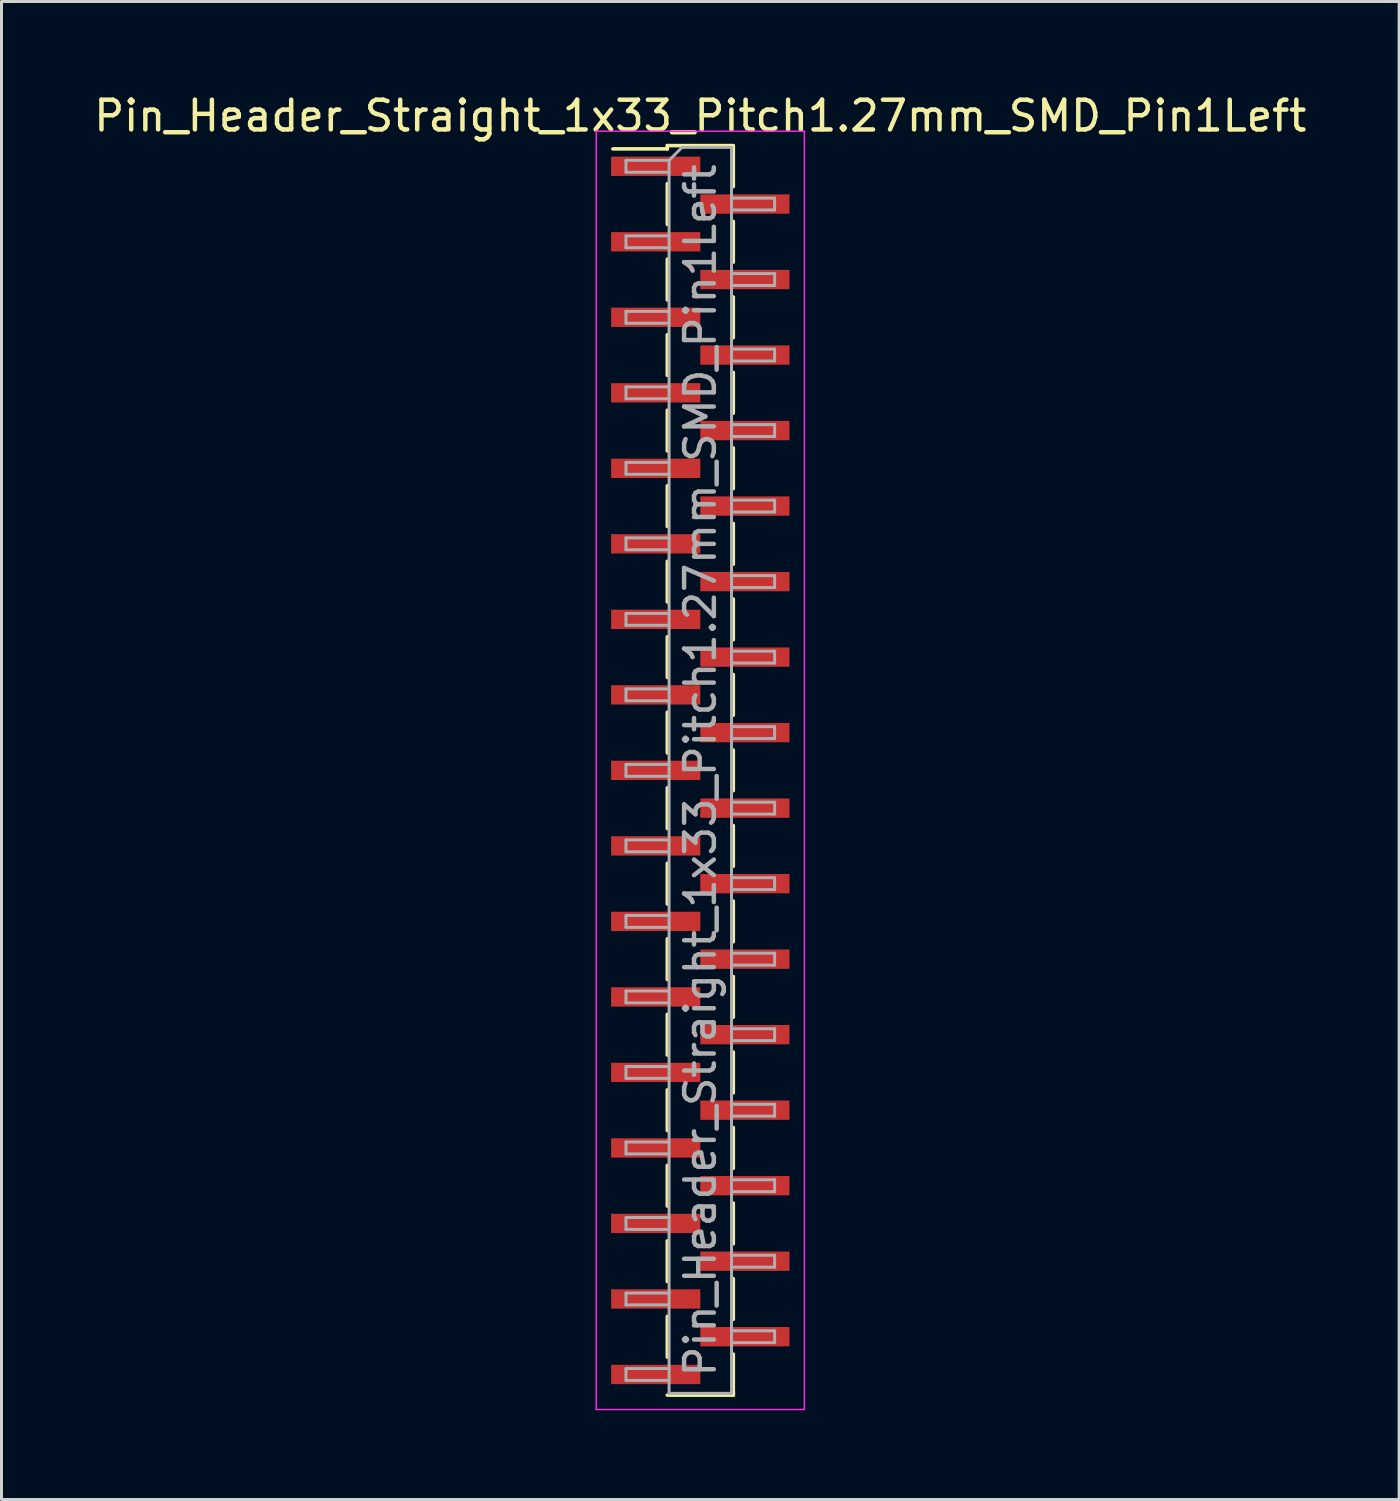
<source format=kicad_pcb>
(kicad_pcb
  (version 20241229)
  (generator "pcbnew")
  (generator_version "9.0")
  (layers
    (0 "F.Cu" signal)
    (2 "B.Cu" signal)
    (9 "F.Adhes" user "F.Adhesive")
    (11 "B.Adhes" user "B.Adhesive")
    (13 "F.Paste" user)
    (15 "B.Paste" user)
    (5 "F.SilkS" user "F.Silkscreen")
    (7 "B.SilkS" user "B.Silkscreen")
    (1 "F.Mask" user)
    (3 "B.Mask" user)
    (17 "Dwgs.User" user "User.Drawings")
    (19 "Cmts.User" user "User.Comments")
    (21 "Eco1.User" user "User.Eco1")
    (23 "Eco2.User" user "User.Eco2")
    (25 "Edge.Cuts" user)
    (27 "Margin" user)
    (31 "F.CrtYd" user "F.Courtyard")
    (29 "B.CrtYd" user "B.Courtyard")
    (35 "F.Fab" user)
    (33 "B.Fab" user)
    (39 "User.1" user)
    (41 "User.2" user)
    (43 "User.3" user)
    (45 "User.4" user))
  (footprint "Pin_Header_Straight_1x33_Pitch1.27mm_SMD_Pin1Left"
    (layer "F.Cu")
    (at 20.506 22.863)
    (property "Reference" "Pin_Header_Straight_1x33_Pitch1.27mm_SMD_Pin1Left" (at 0 -22.015 0) (layer "F.SilkS") (effects (font (size 1 1) (thickness 0.15))))
    (attr smd)
    (fp_line (start -1.11 -21.015) (end -1.11 -20.905) (stroke (width 0.12) (type solid)) (layer "F.SilkS"))
    (fp_line (start -1.11 -21.015) (end 1.11 -21.015) (stroke (width 0.12) (type solid)) (layer "F.SilkS"))
    (fp_line (start -1.11 -20.905) (end -2.94 -20.905) (stroke (width 0.12) (type solid)) (layer "F.SilkS"))
    (fp_line (start -1.11 -19.735) (end -1.11 -18.365) (stroke (width 0.12) (type solid)) (layer "F.SilkS"))
    (fp_line (start -1.11 -17.195) (end -1.11 -15.825) (stroke (width 0.12) (type solid)) (layer "F.SilkS"))
    (fp_line (start -1.11 -14.655) (end -1.11 -13.285) (stroke (width 0.12) (type solid)) (layer "F.SilkS"))
    (fp_line (start -1.11 -12.115) (end -1.11 -10.745) (stroke (width 0.12) (type solid)) (layer "F.SilkS"))
    (fp_line (start -1.11 -9.575) (end -1.11 -8.205) (stroke (width 0.12) (type solid)) (layer "F.SilkS"))
    (fp_line (start -1.11 -7.035) (end -1.11 -5.665) (stroke (width 0.12) (type solid)) (layer "F.SilkS"))
    (fp_line (start -1.11 -4.495) (end -1.11 -3.125) (stroke (width 0.12) (type solid)) (layer "F.SilkS"))
    (fp_line (start -1.11 -1.955) (end -1.11 -0.585) (stroke (width 0.12) (type solid)) (layer "F.SilkS"))
    (fp_line (start -1.11 0.585) (end -1.11 1.955) (stroke (width 0.12) (type solid)) (layer "F.SilkS"))
    (fp_line (start -1.11 3.125) (end -1.11 4.495) (stroke (width 0.12) (type solid)) (layer "F.SilkS"))
    (fp_line (start -1.11 5.665) (end -1.11 7.035) (stroke (width 0.12) (type solid)) (layer "F.SilkS"))
    (fp_line (start -1.11 8.205) (end -1.11 9.575) (stroke (width 0.12) (type solid)) (layer "F.SilkS"))
    (fp_line (start -1.11 10.745) (end -1.11 12.115) (stroke (width 0.12) (type solid)) (layer "F.SilkS"))
    (fp_line (start -1.11 13.285) (end -1.11 14.655) (stroke (width 0.12) (type solid)) (layer "F.SilkS"))
    (fp_line (start -1.11 15.825) (end -1.11 17.195) (stroke (width 0.12) (type solid)) (layer "F.SilkS"))
    (fp_line (start -1.11 18.365) (end -1.11 19.735) (stroke (width 0.12) (type solid)) (layer "F.SilkS"))
    (fp_line (start -1.11 21.015) (end 1.11 21.015) (stroke (width 0.12) (type solid)) (layer "F.SilkS"))
    (fp_line (start 1.11 -21.005) (end 1.11 -19.635) (stroke (width 0.12) (type solid)) (layer "F.SilkS"))
    (fp_line (start 1.11 -18.465) (end 1.11 -17.095) (stroke (width 0.12) (type solid)) (layer "F.SilkS"))
    (fp_line (start 1.11 -15.925) (end 1.11 -14.555) (stroke (width 0.12) (type solid)) (layer "F.SilkS"))
    (fp_line (start 1.11 -13.385) (end 1.11 -12.015) (stroke (width 0.12) (type solid)) (layer "F.SilkS"))
    (fp_line (start 1.11 -10.845) (end 1.11 -9.475) (stroke (width 0.12) (type solid)) (layer "F.SilkS"))
    (fp_line (start 1.11 -8.305) (end 1.11 -6.935) (stroke (width 0.12) (type solid)) (layer "F.SilkS"))
    (fp_line (start 1.11 -5.765) (end 1.11 -4.395) (stroke (width 0.12) (type solid)) (layer "F.SilkS"))
    (fp_line (start 1.11 -3.225) (end 1.11 -1.855) (stroke (width 0.12) (type solid)) (layer "F.SilkS"))
    (fp_line (start 1.11 -0.685) (end 1.11 0.685) (stroke (width 0.12) (type solid)) (layer "F.SilkS"))
    (fp_line (start 1.11 1.855) (end 1.11 3.225) (stroke (width 0.12) (type solid)) (layer "F.SilkS"))
    (fp_line (start 1.11 4.395) (end 1.11 5.765) (stroke (width 0.12) (type solid)) (layer "F.SilkS"))
    (fp_line (start 1.11 6.935) (end 1.11 8.305) (stroke (width 0.12) (type solid)) (layer "F.SilkS"))
    (fp_line (start 1.11 9.475) (end 1.11 10.845) (stroke (width 0.12) (type solid)) (layer "F.SilkS"))
    (fp_line (start 1.11 12.015) (end 1.11 13.385) (stroke (width 0.12) (type solid)) (layer "F.SilkS"))
    (fp_line (start 1.11 14.555) (end 1.11 15.925) (stroke (width 0.12) (type solid)) (layer "F.SilkS"))
    (fp_line (start 1.11 17.095) (end 1.11 18.465) (stroke (width 0.12) (type solid)) (layer "F.SilkS"))
    (fp_line (start 1.11 19.635) (end 1.11 21.005) (stroke (width 0.12) (type solid)) (layer "F.SilkS"))
    (fp_line (start 1.11 20.905) (end 1.11 21.015) (stroke (width 0.12) (type solid)) (layer "F.SilkS"))
    (fp_line (start -3.5 -21.5) (end -3.5 21.5) (stroke (width 0.05) (type solid)) (layer "F.CrtYd"))
    (fp_line (start -3.5 21.5) (end 3.5 21.5) (stroke (width 0.05) (type solid)) (layer "F.CrtYd"))
    (fp_line (start 3.5 -21.5) (end -3.5 -21.5) (stroke (width 0.05) (type solid)) (layer "F.CrtYd"))
    (fp_line (start 3.5 21.5) (end 3.5 -21.5) (stroke (width 0.05) (type solid)) (layer "F.CrtYd"))
    (fp_line (start -2.5 -20.52) (end -2.5 -20.12) (stroke (width 0.1) (type solid)) (layer "F.Fab"))
    (fp_line (start -2.5 -20.12) (end -1.05 -20.12) (stroke (width 0.1) (type solid)) (layer "F.Fab"))
    (fp_line (start -2.5 -17.98) (end -2.5 -17.58) (stroke (width 0.1) (type solid)) (layer "F.Fab"))
    (fp_line (start -2.5 -17.58) (end -1.05 -17.58) (stroke (width 0.1) (type solid)) (layer "F.Fab"))
    (fp_line (start -2.5 -15.44) (end -2.5 -15.04) (stroke (width 0.1) (type solid)) (layer "F.Fab"))
    (fp_line (start -2.5 -15.04) (end -1.05 -15.04) (stroke (width 0.1) (type solid)) (layer "F.Fab"))
    (fp_line (start -2.5 -12.9) (end -2.5 -12.5) (stroke (width 0.1) (type solid)) (layer "F.Fab"))
    (fp_line (start -2.5 -12.5) (end -1.05 -12.5) (stroke (width 0.1) (type solid)) (layer "F.Fab"))
    (fp_line (start -2.5 -10.36) (end -2.5 -9.96) (stroke (width 0.1) (type solid)) (layer "F.Fab"))
    (fp_line (start -2.5 -9.96) (end -1.05 -9.96) (stroke (width 0.1) (type solid)) (layer "F.Fab"))
    (fp_line (start -2.5 -7.82) (end -2.5 -7.42) (stroke (width 0.1) (type solid)) (layer "F.Fab"))
    (fp_line (start -2.5 -7.42) (end -1.05 -7.42) (stroke (width 0.1) (type solid)) (layer "F.Fab"))
    (fp_line (start -2.5 -5.28) (end -2.5 -4.88) (stroke (width 0.1) (type solid)) (layer "F.Fab"))
    (fp_line (start -2.5 -4.88) (end -1.05 -4.88) (stroke (width 0.1) (type solid)) (layer "F.Fab"))
    (fp_line (start -2.5 -2.74) (end -2.5 -2.34) (stroke (width 0.1) (type solid)) (layer "F.Fab"))
    (fp_line (start -2.5 -2.34) (end -1.05 -2.34) (stroke (width 0.1) (type solid)) (layer "F.Fab"))
    (fp_line (start -2.5 -0.2) (end -2.5 0.2) (stroke (width 0.1) (type solid)) (layer "F.Fab"))
    (fp_line (start -2.5 0.2) (end -1.05 0.2) (stroke (width 0.1) (type solid)) (layer "F.Fab"))
    (fp_line (start -2.5 2.34) (end -2.5 2.74) (stroke (width 0.1) (type solid)) (layer "F.Fab"))
    (fp_line (start -2.5 2.74) (end -1.05 2.74) (stroke (width 0.1) (type solid)) (layer "F.Fab"))
    (fp_line (start -2.5 4.88) (end -2.5 5.28) (stroke (width 0.1) (type solid)) (layer "F.Fab"))
    (fp_line (start -2.5 5.28) (end -1.05 5.28) (stroke (width 0.1) (type solid)) (layer "F.Fab"))
    (fp_line (start -2.5 7.42) (end -2.5 7.82) (stroke (width 0.1) (type solid)) (layer "F.Fab"))
    (fp_line (start -2.5 7.82) (end -1.05 7.82) (stroke (width 0.1) (type solid)) (layer "F.Fab"))
    (fp_line (start -2.5 9.96) (end -2.5 10.36) (stroke (width 0.1) (type solid)) (layer "F.Fab"))
    (fp_line (start -2.5 10.36) (end -1.05 10.36) (stroke (width 0.1) (type solid)) (layer "F.Fab"))
    (fp_line (start -2.5 12.5) (end -2.5 12.9) (stroke (width 0.1) (type solid)) (layer "F.Fab"))
    (fp_line (start -2.5 12.9) (end -1.05 12.9) (stroke (width 0.1) (type solid)) (layer "F.Fab"))
    (fp_line (start -2.5 15.04) (end -2.5 15.44) (stroke (width 0.1) (type solid)) (layer "F.Fab"))
    (fp_line (start -2.5 15.44) (end -1.05 15.44) (stroke (width 0.1) (type solid)) (layer "F.Fab"))
    (fp_line (start -2.5 17.58) (end -2.5 17.98) (stroke (width 0.1) (type solid)) (layer "F.Fab"))
    (fp_line (start -2.5 17.98) (end -1.05 17.98) (stroke (width 0.1) (type solid)) (layer "F.Fab"))
    (fp_line (start -2.5 20.12) (end -2.5 20.52) (stroke (width 0.1) (type solid)) (layer "F.Fab"))
    (fp_line (start -2.5 20.52) (end -1.05 20.52) (stroke (width 0.1) (type solid)) (layer "F.Fab"))
    (fp_line (start -1.05 -20.52) (end -2.5 -20.52) (stroke (width 0.1) (type solid)) (layer "F.Fab"))
    (fp_line (start -1.05 -20.52) (end -0.615 -20.955) (stroke (width 0.1) (type solid)) (layer "F.Fab"))
    (fp_line (start -1.05 -17.98) (end -2.5 -17.98) (stroke (width 0.1) (type solid)) (layer "F.Fab"))
    (fp_line (start -1.05 -15.44) (end -2.5 -15.44) (stroke (width 0.1) (type solid)) (layer "F.Fab"))
    (fp_line (start -1.05 -12.9) (end -2.5 -12.9) (stroke (width 0.1) (type solid)) (layer "F.Fab"))
    (fp_line (start -1.05 -10.36) (end -2.5 -10.36) (stroke (width 0.1) (type solid)) (layer "F.Fab"))
    (fp_line (start -1.05 -7.82) (end -2.5 -7.82) (stroke (width 0.1) (type solid)) (layer "F.Fab"))
    (fp_line (start -1.05 -5.28) (end -2.5 -5.28) (stroke (width 0.1) (type solid)) (layer "F.Fab"))
    (fp_line (start -1.05 -2.74) (end -2.5 -2.74) (stroke (width 0.1) (type solid)) (layer "F.Fab"))
    (fp_line (start -1.05 -0.2) (end -2.5 -0.2) (stroke (width 0.1) (type solid)) (layer "F.Fab"))
    (fp_line (start -1.05 2.34) (end -2.5 2.34) (stroke (width 0.1) (type solid)) (layer "F.Fab"))
    (fp_line (start -1.05 4.88) (end -2.5 4.88) (stroke (width 0.1) (type solid)) (layer "F.Fab"))
    (fp_line (start -1.05 7.42) (end -2.5 7.42) (stroke (width 0.1) (type solid)) (layer "F.Fab"))
    (fp_line (start -1.05 9.96) (end -2.5 9.96) (stroke (width 0.1) (type solid)) (layer "F.Fab"))
    (fp_line (start -1.05 12.5) (end -2.5 12.5) (stroke (width 0.1) (type solid)) (layer "F.Fab"))
    (fp_line (start -1.05 15.04) (end -2.5 15.04) (stroke (width 0.1) (type solid)) (layer "F.Fab"))
    (fp_line (start -1.05 17.58) (end -2.5 17.58) (stroke (width 0.1) (type solid)) (layer "F.Fab"))
    (fp_line (start -1.05 20.12) (end -2.5 20.12) (stroke (width 0.1) (type solid)) (layer "F.Fab"))
    (fp_line (start -1.05 20.955) (end -1.05 -20.52) (stroke (width 0.1) (type solid)) (layer "F.Fab"))
    (fp_line (start -0.615 -20.955) (end 1.05 -20.955) (stroke (width 0.1) (type solid)) (layer "F.Fab"))
    (fp_line (start 1.05 -20.955) (end 1.05 20.955) (stroke (width 0.1) (type solid)) (layer "F.Fab"))
    (fp_line (start 1.05 -19.25) (end 2.5 -19.25) (stroke (width 0.1) (type solid)) (layer "F.Fab"))
    (fp_line (start 1.05 -16.71) (end 2.5 -16.71) (stroke (width 0.1) (type solid)) (layer "F.Fab"))
    (fp_line (start 1.05 -14.17) (end 2.5 -14.17) (stroke (width 0.1) (type solid)) (layer "F.Fab"))
    (fp_line (start 1.05 -11.63) (end 2.5 -11.63) (stroke (width 0.1) (type solid)) (layer "F.Fab"))
    (fp_line (start 1.05 -9.09) (end 2.5 -9.09) (stroke (width 0.1) (type solid)) (layer "F.Fab"))
    (fp_line (start 1.05 -6.55) (end 2.5 -6.55) (stroke (width 0.1) (type solid)) (layer "F.Fab"))
    (fp_line (start 1.05 -4.01) (end 2.5 -4.01) (stroke (width 0.1) (type solid)) (layer "F.Fab"))
    (fp_line (start 1.05 -1.47) (end 2.5 -1.47) (stroke (width 0.1) (type solid)) (layer "F.Fab"))
    (fp_line (start 1.05 1.07) (end 2.5 1.07) (stroke (width 0.1) (type solid)) (layer "F.Fab"))
    (fp_line (start 1.05 3.61) (end 2.5 3.61) (stroke (width 0.1) (type solid)) (layer "F.Fab"))
    (fp_line (start 1.05 6.15) (end 2.5 6.15) (stroke (width 0.1) (type solid)) (layer "F.Fab"))
    (fp_line (start 1.05 8.69) (end 2.5 8.69) (stroke (width 0.1) (type solid)) (layer "F.Fab"))
    (fp_line (start 1.05 11.23) (end 2.5 11.23) (stroke (width 0.1) (type solid)) (layer "F.Fab"))
    (fp_line (start 1.05 13.77) (end 2.5 13.77) (stroke (width 0.1) (type solid)) (layer "F.Fab"))
    (fp_line (start 1.05 16.31) (end 2.5 16.31) (stroke (width 0.1) (type solid)) (layer "F.Fab"))
    (fp_line (start 1.05 18.85) (end 2.5 18.85) (stroke (width 0.1) (type solid)) (layer "F.Fab"))
    (fp_line (start 1.05 20.955) (end -1.05 20.955) (stroke (width 0.1) (type solid)) (layer "F.Fab"))
    (fp_line (start 2.5 -19.25) (end 2.5 -18.85) (stroke (width 0.1) (type solid)) (layer "F.Fab"))
    (fp_line (start 2.5 -18.85) (end 1.05 -18.85) (stroke (width 0.1) (type solid)) (layer "F.Fab"))
    (fp_line (start 2.5 -16.71) (end 2.5 -16.31) (stroke (width 0.1) (type solid)) (layer "F.Fab"))
    (fp_line (start 2.5 -16.31) (end 1.05 -16.31) (stroke (width 0.1) (type solid)) (layer "F.Fab"))
    (fp_line (start 2.5 -14.17) (end 2.5 -13.77) (stroke (width 0.1) (type solid)) (layer "F.Fab"))
    (fp_line (start 2.5 -13.77) (end 1.05 -13.77) (stroke (width 0.1) (type solid)) (layer "F.Fab"))
    (fp_line (start 2.5 -11.63) (end 2.5 -11.23) (stroke (width 0.1) (type solid)) (layer "F.Fab"))
    (fp_line (start 2.5 -11.23) (end 1.05 -11.23) (stroke (width 0.1) (type solid)) (layer "F.Fab"))
    (fp_line (start 2.5 -9.09) (end 2.5 -8.69) (stroke (width 0.1) (type solid)) (layer "F.Fab"))
    (fp_line (start 2.5 -8.69) (end 1.05 -8.69) (stroke (width 0.1) (type solid)) (layer "F.Fab"))
    (fp_line (start 2.5 -6.55) (end 2.5 -6.15) (stroke (width 0.1) (type solid)) (layer "F.Fab"))
    (fp_line (start 2.5 -6.15) (end 1.05 -6.15) (stroke (width 0.1) (type solid)) (layer "F.Fab"))
    (fp_line (start 2.5 -4.01) (end 2.5 -3.61) (stroke (width 0.1) (type solid)) (layer "F.Fab"))
    (fp_line (start 2.5 -3.61) (end 1.05 -3.61) (stroke (width 0.1) (type solid)) (layer "F.Fab"))
    (fp_line (start 2.5 -1.47) (end 2.5 -1.07) (stroke (width 0.1) (type solid)) (layer "F.Fab"))
    (fp_line (start 2.5 -1.07) (end 1.05 -1.07) (stroke (width 0.1) (type solid)) (layer "F.Fab"))
    (fp_line (start 2.5 1.07) (end 2.5 1.47) (stroke (width 0.1) (type solid)) (layer "F.Fab"))
    (fp_line (start 2.5 1.47) (end 1.05 1.47) (stroke (width 0.1) (type solid)) (layer "F.Fab"))
    (fp_line (start 2.5 3.61) (end 2.5 4.01) (stroke (width 0.1) (type solid)) (layer "F.Fab"))
    (fp_line (start 2.5 4.01) (end 1.05 4.01) (stroke (width 0.1) (type solid)) (layer "F.Fab"))
    (fp_line (start 2.5 6.15) (end 2.5 6.55) (stroke (width 0.1) (type solid)) (layer "F.Fab"))
    (fp_line (start 2.5 6.55) (end 1.05 6.55) (stroke (width 0.1) (type solid)) (layer "F.Fab"))
    (fp_line (start 2.5 8.69) (end 2.5 9.09) (stroke (width 0.1) (type solid)) (layer "F.Fab"))
    (fp_line (start 2.5 9.09) (end 1.05 9.09) (stroke (width 0.1) (type solid)) (layer "F.Fab"))
    (fp_line (start 2.5 11.23) (end 2.5 11.63) (stroke (width 0.1) (type solid)) (layer "F.Fab"))
    (fp_line (start 2.5 11.63) (end 1.05 11.63) (stroke (width 0.1) (type solid)) (layer "F.Fab"))
    (fp_line (start 2.5 13.77) (end 2.5 14.17) (stroke (width 0.1) (type solid)) (layer "F.Fab"))
    (fp_line (start 2.5 14.17) (end 1.05 14.17) (stroke (width 0.1) (type solid)) (layer "F.Fab"))
    (fp_line (start 2.5 16.31) (end 2.5 16.71) (stroke (width 0.1) (type solid)) (layer "F.Fab"))
    (fp_line (start 2.5 16.71) (end 1.05 16.71) (stroke (width 0.1) (type solid)) (layer "F.Fab"))
    (fp_line (start 2.5 18.85) (end 2.5 19.25) (stroke (width 0.1) (type solid)) (layer "F.Fab"))
    (fp_line (start 2.5 19.25) (end 1.05 19.25) (stroke (width 0.1) (type solid)) (layer "F.Fab"))
    (fp_text user "${REFERENCE}" (at 0 0 90) (layer "F.Fab") (effects (font (size 1 1) (thickness 0.15))))
    (pad "1" smd rect (at -1.5 -20.32) (size 3 0.65) (layers "F.Cu" "F.Mask" "F.Paste"))
    (pad "2" smd rect (at 1.5 -19.05) (size 3 0.65) (layers "F.Cu" "F.Mask" "F.Paste"))
    (pad "3" smd rect (at -1.5 -17.78) (size 3 0.65) (layers "F.Cu" "F.Mask" "F.Paste"))
    (pad "4" smd rect (at 1.5 -16.51) (size 3 0.65) (layers "F.Cu" "F.Mask" "F.Paste"))
    (pad "5" smd rect (at -1.5 -15.24) (size 3 0.65) (layers "F.Cu" "F.Mask" "F.Paste"))
    (pad "6" smd rect (at 1.5 -13.97) (size 3 0.65) (layers "F.Cu" "F.Mask" "F.Paste"))
    (pad "7" smd rect (at -1.5 -12.7) (size 3 0.65) (layers "F.Cu" "F.Mask" "F.Paste"))
    (pad "8" smd rect (at 1.5 -11.43) (size 3 0.65) (layers "F.Cu" "F.Mask" "F.Paste"))
    (pad "9" smd rect (at -1.5 -10.16) (size 3 0.65) (layers "F.Cu" "F.Mask" "F.Paste"))
    (pad "10" smd rect (at 1.5 -8.89) (size 3 0.65) (layers "F.Cu" "F.Mask" "F.Paste"))
    (pad "11" smd rect (at -1.5 -7.62) (size 3 0.65) (layers "F.Cu" "F.Mask" "F.Paste"))
    (pad "12" smd rect (at 1.5 -6.35) (size 3 0.65) (layers "F.Cu" "F.Mask" "F.Paste"))
    (pad "13" smd rect (at -1.5 -5.08) (size 3 0.65) (layers "F.Cu" "F.Mask" "F.Paste"))
    (pad "14" smd rect (at 1.5 -3.81) (size 3 0.65) (layers "F.Cu" "F.Mask" "F.Paste"))
    (pad "15" smd rect (at -1.5 -2.54) (size 3 0.65) (layers "F.Cu" "F.Mask" "F.Paste"))
    (pad "16" smd rect (at 1.5 -1.27) (size 3 0.65) (layers "F.Cu" "F.Mask" "F.Paste"))
    (pad "17" smd rect (at -1.5 0) (size 3 0.65) (layers "F.Cu" "F.Mask" "F.Paste"))
    (pad "18" smd rect (at 1.5 1.27) (size 3 0.65) (layers "F.Cu" "F.Mask" "F.Paste"))
    (pad "19" smd rect (at -1.5 2.54) (size 3 0.65) (layers "F.Cu" "F.Mask" "F.Paste"))
    (pad "20" smd rect (at 1.5 3.81) (size 3 0.65) (layers "F.Cu" "F.Mask" "F.Paste"))
    (pad "21" smd rect (at -1.5 5.08) (size 3 0.65) (layers "F.Cu" "F.Mask" "F.Paste"))
    (pad "22" smd rect (at 1.5 6.35) (size 3 0.65) (layers "F.Cu" "F.Mask" "F.Paste"))
    (pad "23" smd rect (at -1.5 7.62) (size 3 0.65) (layers "F.Cu" "F.Mask" "F.Paste"))
    (pad "24" smd rect (at 1.5 8.89) (size 3 0.65) (layers "F.Cu" "F.Mask" "F.Paste"))
    (pad "25" smd rect (at -1.5 10.16) (size 3 0.65) (layers "F.Cu" "F.Mask" "F.Paste"))
    (pad "26" smd rect (at 1.5 11.43) (size 3 0.65) (layers "F.Cu" "F.Mask" "F.Paste"))
    (pad "27" smd rect (at -1.5 12.7) (size 3 0.65) (layers "F.Cu" "F.Mask" "F.Paste"))
    (pad "28" smd rect (at 1.5 13.97) (size 3 0.65) (layers "F.Cu" "F.Mask" "F.Paste"))
    (pad "29" smd rect (at -1.5 15.24) (size 3 0.65) (layers "F.Cu" "F.Mask" "F.Paste"))
    (pad "30" smd rect (at 1.5 16.51) (size 3 0.65) (layers "F.Cu" "F.Mask" "F.Paste"))
    (pad "31" smd rect (at -1.5 17.78) (size 3 0.65) (layers "F.Cu" "F.Mask" "F.Paste"))
    (pad "32" smd rect (at 1.5 19.05) (size 3 0.65) (layers "F.Cu" "F.Mask" "F.Paste"))
    (pad "33" smd rect (at -1.5 20.32) (size 3 0.65) (layers "F.Cu" "F.Mask" "F.Paste")))
  (gr_rect
    (start -3 -3)
    (end 44.012 47.388)
    (stroke (width 0.1) (type default))
    (fill no)
    (layer "Edge.Cuts")))
</source>
